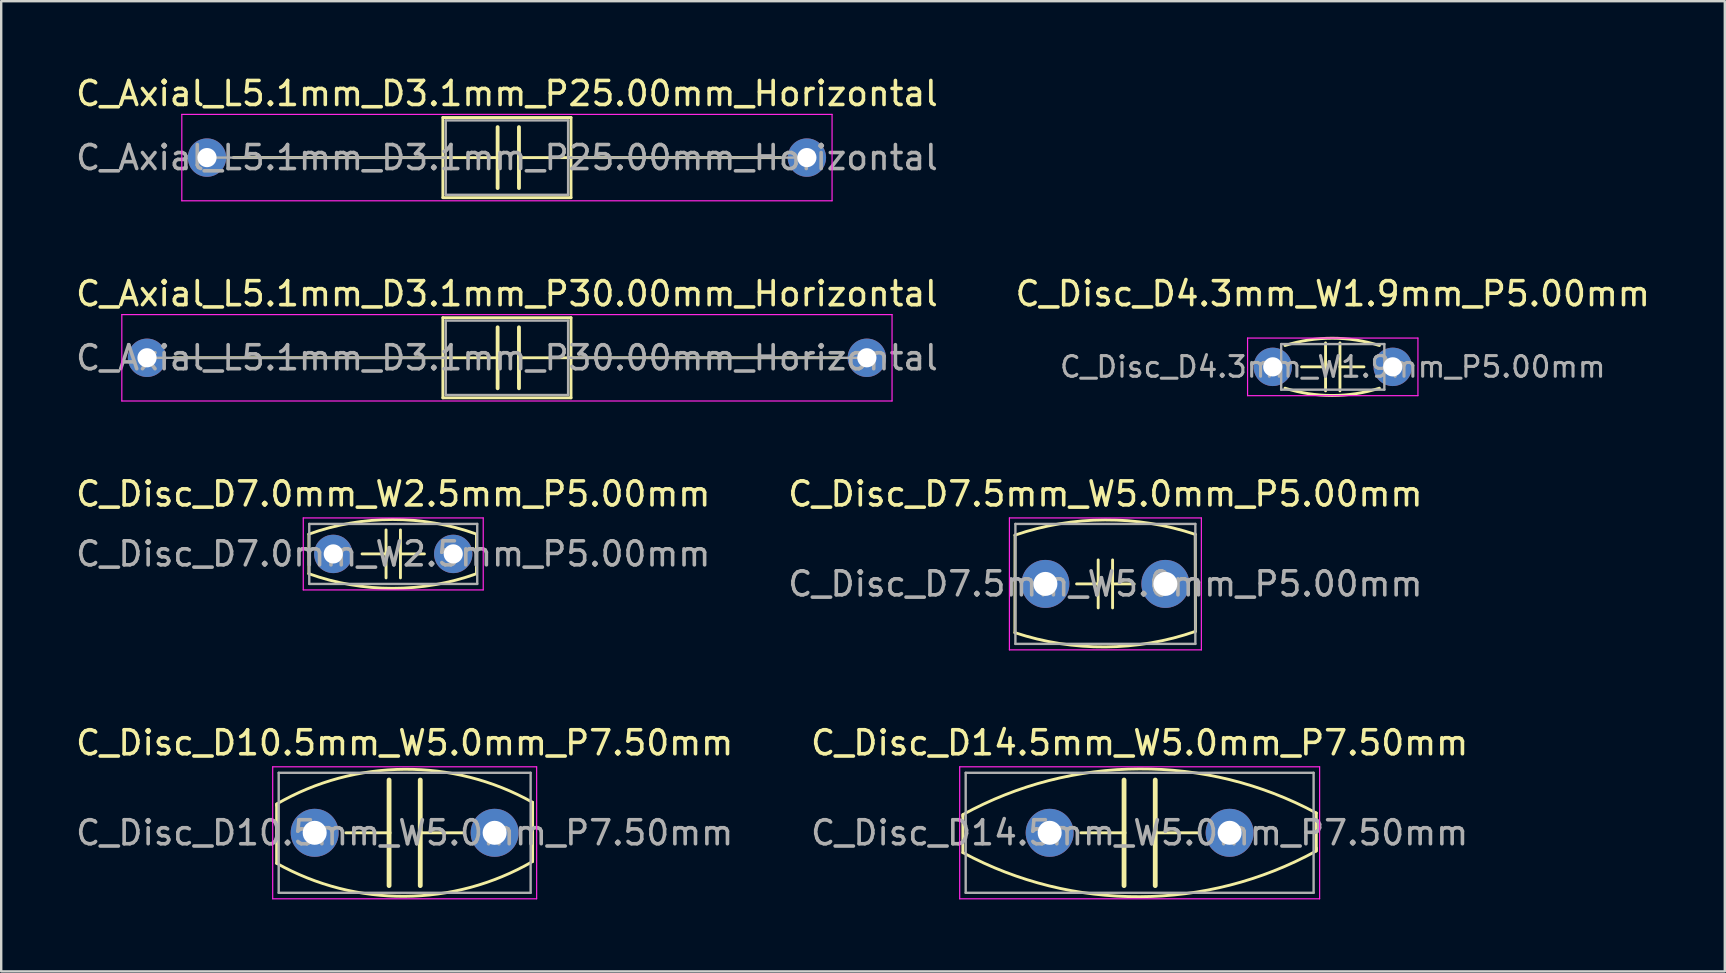
<source format=kicad_pcb>
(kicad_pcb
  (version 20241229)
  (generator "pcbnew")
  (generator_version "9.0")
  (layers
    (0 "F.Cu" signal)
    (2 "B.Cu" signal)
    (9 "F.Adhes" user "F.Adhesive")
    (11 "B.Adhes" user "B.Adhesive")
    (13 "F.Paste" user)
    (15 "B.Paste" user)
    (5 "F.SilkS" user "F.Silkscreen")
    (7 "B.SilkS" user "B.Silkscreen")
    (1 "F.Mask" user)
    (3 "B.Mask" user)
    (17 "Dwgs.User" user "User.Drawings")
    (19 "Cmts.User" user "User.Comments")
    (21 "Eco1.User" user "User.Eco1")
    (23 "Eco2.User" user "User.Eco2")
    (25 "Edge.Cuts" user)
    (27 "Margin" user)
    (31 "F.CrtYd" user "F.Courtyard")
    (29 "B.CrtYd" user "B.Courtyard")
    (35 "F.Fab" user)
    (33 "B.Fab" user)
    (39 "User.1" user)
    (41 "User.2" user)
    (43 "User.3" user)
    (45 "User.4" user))
  (footprint "C_Disc_D14.5mm_W5.0mm_P7.50mm"
    (layer "F.Cu")
    (at 40.696 31.658)
    (property "Reference" "C_Disc_D14.5mm_W5.0mm_P7.50mm" (at 3.75 -3.75 0) (layer "F.SilkS") (effects (font (size 1 1) (thickness 0.15))))
    (fp_line (start -3.619 -0.699) (end -3.617 -0.758) (stroke (width 0.12) (type solid)) (layer "F.SilkS"))
    (fp_line (start -3.619 0.826) (end -3.619 -0.699) (stroke (width 0.12) (type solid)) (layer "F.SilkS"))
    (fp_line (start 1.3 0) (end 3.1 0) (stroke (width 0.12) (type solid)) (layer "F.SilkS"))
    (fp_line (start 3.1 0) (end 3.1 -2.2) (stroke (width 0.2) (type solid)) (layer "F.SilkS"))
    (fp_line (start 3.1 0) (end 3.1 2.2) (stroke (width 0.2) (type solid)) (layer "F.SilkS"))
    (fp_line (start 4.4 0) (end 4.4 -2.2) (stroke (width 0.2) (type solid)) (layer "F.SilkS"))
    (fp_line (start 4.4 0) (end 4.4 2.2) (stroke (width 0.2) (type solid)) (layer "F.SilkS"))
    (fp_line (start 4.4 0) (end 6.2 0) (stroke (width 0.12) (type solid)) (layer "F.SilkS"))
    (fp_line (start 11.113 -0.826) (end 11.113 0.635) (stroke (width 0.12) (type solid)) (layer "F.SilkS"))
    (fp_line (start 11.113 0.635) (end 11.113 0.699) (stroke (width 0.12) (type solid)) (layer "F.SilkS"))
    (fp_line (start 11.113 0.699) (end 11.11 0.758) (stroke (width 0.12) (type solid)) (layer "F.SilkS"))
    (fp_arc (start -3.617172 -0.757762) (mid 3.739057 -2.663177) (end 11.1125 -0.8255) (stroke (width 0.12) (type solid)) (layer "F.SilkS"))
    (fp_arc (start 11.110172 0.757762) (mid 3.753943 2.663177) (end -3.6195 0.8255) (stroke (width 0.12) (type solid)) (layer "F.SilkS"))
    (fp_line (start -3.75 -2.75) (end -3.75 2.75) (stroke (width 0.05) (type solid)) (layer "F.CrtYd"))
    (fp_line (start -3.75 2.75) (end 11.25 2.75) (stroke (width 0.05) (type solid)) (layer "F.CrtYd"))
    (fp_line (start 11.25 -2.75) (end -3.75 -2.75) (stroke (width 0.05) (type solid)) (layer "F.CrtYd"))
    (fp_line (start 11.25 2.75) (end 11.25 -2.75) (stroke (width 0.05) (type solid)) (layer "F.CrtYd"))
    (fp_line (start -3.5 -2.5) (end -3.5 2.5) (stroke (width 0.1) (type solid)) (layer "F.Fab"))
    (fp_line (start -3.5 2.5) (end 11 2.5) (stroke (width 0.1) (type solid)) (layer "F.Fab"))
    (fp_line (start 11 -2.5) (end -3.5 -2.5) (stroke (width 0.1) (type solid)) (layer "F.Fab"))
    (fp_line (start 11 2.5) (end 11 -2.5) (stroke (width 0.1) (type solid)) (layer "F.Fab"))
    (fp_text user "${REFERENCE}" (at 3.75 0 0) (layer "F.Fab") (effects (font (size 1 1) (thickness 0.15))))
    (pad "1" thru_hole circle (at 0 0) (size 2 2) (drill 1) (layers "*.Cu" "*.Mask"))
    (pad "2" thru_hole circle (at 7.5 0) (size 2 2) (drill 1) (layers "*.Cu" "*.Mask")))
  (footprint "C_Disc_D10.5mm_W5.0mm_P7.50mm"
    (layer "F.Cu")
    (at 10.065 31.658)
    (property "Reference" "C_Disc_D10.5mm_W5.0mm_P7.50mm" (at 3.75 -3.75 0) (layer "F.SilkS") (effects (font (size 1 1) (thickness 0.15))))
    (fp_line (start -1.587 -1.143) (end -1.584 -1.2) (stroke (width 0.12) (type solid)) (layer "F.SilkS"))
    (fp_line (start -1.587 1.27) (end -1.587 -1.143) (stroke (width 0.12) (type solid)) (layer "F.SilkS"))
    (fp_line (start 1.3 0) (end 3.1 0) (stroke (width 0.12) (type solid)) (layer "F.SilkS"))
    (fp_line (start 3.1 0) (end 3.1 -2.2) (stroke (width 0.2) (type solid)) (layer "F.SilkS"))
    (fp_line (start 3.1 0) (end 3.1 2.2) (stroke (width 0.2) (type solid)) (layer "F.SilkS"))
    (fp_line (start 4.4 0) (end 4.4 -2.2) (stroke (width 0.2) (type solid)) (layer "F.SilkS"))
    (fp_line (start 4.4 0) (end 4.4 2.2) (stroke (width 0.2) (type solid)) (layer "F.SilkS"))
    (fp_line (start 4.4 0) (end 6.2 0) (stroke (width 0.12) (type solid)) (layer "F.SilkS"))
    (fp_line (start 9.081 -1.27) (end 9.081 1.143) (stroke (width 0.12) (type solid)) (layer "F.SilkS"))
    (fp_line (start 9.081 1.143) (end 9.077 1.2) (stroke (width 0.12) (type solid)) (layer "F.SilkS"))
    (fp_arc (start -1.583661 -1.19986) (mid 3.739134 -2.646764) (end 9.0805 -1.27) (stroke (width 0.12) (type solid)) (layer "F.SilkS"))
    (fp_arc (start 9.076661 1.19986) (mid 3.753866 2.646764) (end -1.5875 1.27) (stroke (width 0.12) (type solid)) (layer "F.SilkS"))
    (fp_line (start -1.75 -2.75) (end -1.75 2.75) (stroke (width 0.05) (type solid)) (layer "F.CrtYd"))
    (fp_line (start -1.75 2.75) (end 9.25 2.75) (stroke (width 0.05) (type solid)) (layer "F.CrtYd"))
    (fp_line (start 9.25 -2.75) (end -1.75 -2.75) (stroke (width 0.05) (type solid)) (layer "F.CrtYd"))
    (fp_line (start 9.25 2.75) (end 9.25 -2.75) (stroke (width 0.05) (type solid)) (layer "F.CrtYd"))
    (fp_line (start -1.5 -2.5) (end -1.5 2.5) (stroke (width 0.1) (type solid)) (layer "F.Fab"))
    (fp_line (start -1.5 2.5) (end 9 2.5) (stroke (width 0.1) (type solid)) (layer "F.Fab"))
    (fp_line (start 9 -2.5) (end -1.5 -2.5) (stroke (width 0.1) (type solid)) (layer "F.Fab"))
    (fp_line (start 9 2.5) (end 9 -2.5) (stroke (width 0.1) (type solid)) (layer "F.Fab"))
    (fp_text user "${REFERENCE}" (at 3.75 0 0) (layer "F.Fab") (effects (font (size 1 1) (thickness 0.15))))
    (pad "1" thru_hole circle (at 0 0) (size 2 2) (drill 1) (layers "*.Cu" "*.Mask"))
    (pad "2" thru_hole circle (at 7.5 0) (size 2 2) (drill 1) (layers "*.Cu" "*.Mask")))
  (footprint "C_Disc_D4.3mm_W1.9mm_P5.00mm"
    (layer "F.Cu")
    (at 49.994 12.239)
    (property "Reference" "C_Disc_D4.3mm_W1.9mm_P5.00mm" (at 2.5 -3.048 0) (layer "F.SilkS") (effects (font (size 1 1) (thickness 0.15))))
    (fp_line (start 1.2 0) (end 2.2 0) (stroke (width 0.12) (type solid)) (layer "F.SilkS"))
    (fp_line (start 2.2 0) (end 2.2 -1) (stroke (width 0.12) (type solid)) (layer "F.SilkS"))
    (fp_line (start 2.2 0) (end 2.2 1) (stroke (width 0.12) (type solid)) (layer "F.SilkS"))
    (fp_line (start 2.8 -1) (end 2.8 1) (stroke (width 0.12) (type solid)) (layer "F.SilkS"))
    (fp_line (start 2.8 0) (end 3.8 0) (stroke (width 0.12) (type solid)) (layer "F.SilkS"))
    (fp_arc (start 0.508 -0.888999) (mid 2.4765 -1.192922) (end 4.444999 -0.888999) (stroke (width 0.12) (type solid)) (layer "F.SilkS"))
    (fp_arc (start 4.444999 0.889) (mid 2.4765 1.192923) (end 0.508 0.889) (stroke (width 0.12) (type solid)) (layer "F.SilkS"))
    (fp_line (start -1.05 -1.2) (end -1.05 1.2) (stroke (width 0.05) (type solid)) (layer "F.CrtYd"))
    (fp_line (start -1.05 1.2) (end 6.05 1.2) (stroke (width 0.05) (type solid)) (layer "F.CrtYd"))
    (fp_line (start 6.05 -1.2) (end -1.05 -1.2) (stroke (width 0.05) (type solid)) (layer "F.CrtYd"))
    (fp_line (start 6.05 1.2) (end 6.05 -1.2) (stroke (width 0.05) (type solid)) (layer "F.CrtYd"))
    (fp_line (start 0.35 -0.95) (end 0.35 0.95) (stroke (width 0.1) (type solid)) (layer "F.Fab"))
    (fp_line (start 0.35 0.95) (end 4.65 0.95) (stroke (width 0.1) (type solid)) (layer "F.Fab"))
    (fp_line (start 4.65 -0.95) (end 0.35 -0.95) (stroke (width 0.1) (type solid)) (layer "F.Fab"))
    (fp_line (start 4.65 0.95) (end 4.65 -0.95) (stroke (width 0.1) (type solid)) (layer "F.Fab"))
    (fp_text user "${REFERENCE}" (at 2.5 0 0) (layer "F.Fab") (effects (font (size 0.86 0.86) (thickness 0.129))))
    (pad "1" thru_hole circle (at 0 0) (size 1.6 1.6) (drill 0.8) (layers "*.Cu" "*.Mask"))
    (pad "2" thru_hole circle (at 5 0) (size 1.6 1.6) (drill 0.8) (layers "*.Cu" "*.Mask")))
  (footprint "C_Disc_D7.5mm_W5.0mm_P5.00mm"
    (layer "F.Cu")
    (at 40.518 21.285)
    (property "Reference" "C_Disc_D7.5mm_W5.0mm_P5.00mm" (at 2.5 -3.75 0) (layer "F.SilkS") (effects (font (size 1 1) (thickness 0.15))))
    (fp_line (start -1.27 2.032) (end -1.265 -2.032) (stroke (width 0.12) (type solid)) (layer "F.SilkS"))
    (fp_line (start 1.3 0) (end 2.2 0) (stroke (width 0.12) (type solid)) (layer "F.SilkS"))
    (fp_line (start 2.2 0) (end 2.2 -1) (stroke (width 0.12) (type solid)) (layer "F.SilkS"))
    (fp_line (start 2.2 0) (end 2.2 1) (stroke (width 0.12) (type solid)) (layer "F.SilkS"))
    (fp_line (start 2.8 -1) (end 2.8 1) (stroke (width 0.12) (type solid)) (layer "F.SilkS"))
    (fp_line (start 2.8 0) (end 3.7 0) (stroke (width 0.12) (type solid)) (layer "F.SilkS"))
    (fp_line (start 6.252 1.979) (end 6.244 -2.065) (stroke (width 0.12) (type solid)) (layer "F.SilkS"))
    (fp_arc (start -1.27 -2.032) (mid 2.484179 -2.667161) (end 6.243765 -2.06483) (stroke (width 0.12) (type solid)) (layer "F.SilkS"))
    (fp_arc (start 6.252064 1.979054) (mid 2.4954 2.626137) (end -1.27 2.032) (stroke (width 0.12) (type solid)) (layer "F.SilkS"))
    (fp_line (start -1.5 -2.75) (end -1.5 2.75) (stroke (width 0.05) (type solid)) (layer "F.CrtYd"))
    (fp_line (start -1.5 2.75) (end 6.5 2.75) (stroke (width 0.05) (type solid)) (layer "F.CrtYd"))
    (fp_line (start 6.5 -2.75) (end -1.5 -2.75) (stroke (width 0.05) (type solid)) (layer "F.CrtYd"))
    (fp_line (start 6.5 2.75) (end 6.5 -2.75) (stroke (width 0.05) (type solid)) (layer "F.CrtYd"))
    (fp_line (start -1.25 -2.5) (end -1.25 2.5) (stroke (width 0.1) (type solid)) (layer "F.Fab"))
    (fp_line (start -1.25 2.5) (end 6.25 2.5) (stroke (width 0.1) (type solid)) (layer "F.Fab"))
    (fp_line (start 6.25 -2.5) (end -1.25 -2.5) (stroke (width 0.1) (type solid)) (layer "F.Fab"))
    (fp_line (start 6.25 2.5) (end 6.25 -2.5) (stroke (width 0.1) (type solid)) (layer "F.Fab"))
    (fp_text user "${REFERENCE}" (at 2.5 0 0) (layer "F.Fab") (effects (font (size 1 1) (thickness 0.15))))
    (pad "1" thru_hole circle (at 0 0) (size 2 2) (drill 1) (layers "*.Cu" "*.Mask"))
    (pad "2" thru_hole circle (at 5 0) (size 2 2) (drill 1) (layers "*.Cu" "*.Mask")))
  (footprint "C_Disc_D7.0mm_W2.5mm_P5.00mm"
    (layer "F.Cu")
    (at 10.839 20.035)
    (property "Reference" "C_Disc_D7.0mm_W2.5mm_P5.00mm" (at 2.5 -2.5 0) (layer "F.SilkS") (effects (font (size 1 1) (thickness 0.15))))
    (fp_line (start -1.016 0.826) (end -1.016 -0.826) (stroke (width 0.12) (type solid)) (layer "F.SilkS"))
    (fp_line (start 1.2 0) (end 2.2 0) (stroke (width 0.12) (type solid)) (layer "F.SilkS"))
    (fp_line (start 2.2 0) (end 2.2 -1) (stroke (width 0.12) (type solid)) (layer "F.SilkS"))
    (fp_line (start 2.2 0) (end 2.2 1) (stroke (width 0.12) (type solid)) (layer "F.SilkS"))
    (fp_line (start 2.8 -1) (end 2.8 1) (stroke (width 0.12) (type solid)) (layer "F.SilkS"))
    (fp_line (start 2.8 0) (end 3.8 0) (stroke (width 0.12) (type solid)) (layer "F.SilkS"))
    (fp_line (start 5.969 -0.826) (end 5.969 0.826) (stroke (width 0.12) (type solid)) (layer "F.SilkS"))
    (fp_arc (start -1.016 -0.8255) (mid 2.4765 -1.434171) (end 5.969 -0.8255) (stroke (width 0.12) (type solid)) (layer "F.SilkS"))
    (fp_arc (start 5.969 0.8255) (mid 2.4765 1.434171) (end -1.016 0.8255) (stroke (width 0.12) (type solid)) (layer "F.SilkS"))
    (fp_line (start -1.25 -1.5) (end -1.25 1.5) (stroke (width 0.05) (type solid)) (layer "F.CrtYd"))
    (fp_line (start -1.25 1.5) (end 6.25 1.5) (stroke (width 0.05) (type solid)) (layer "F.CrtYd"))
    (fp_line (start 6.25 -1.5) (end -1.25 -1.5) (stroke (width 0.05) (type solid)) (layer "F.CrtYd"))
    (fp_line (start 6.25 1.5) (end 6.25 -1.5) (stroke (width 0.05) (type solid)) (layer "F.CrtYd"))
    (fp_line (start -1 -1.25) (end -1 1.25) (stroke (width 0.1) (type solid)) (layer "F.Fab"))
    (fp_line (start -1 1.25) (end 6 1.25) (stroke (width 0.1) (type solid)) (layer "F.Fab"))
    (fp_line (start 6 -1.25) (end -1 -1.25) (stroke (width 0.1) (type solid)) (layer "F.Fab"))
    (fp_line (start 6 1.25) (end 6 -1.25) (stroke (width 0.1) (type solid)) (layer "F.Fab"))
    (fp_text user "${REFERENCE}" (at 2.5 0 0) (layer "F.Fab") (effects (font (size 1 1) (thickness 0.15))))
    (pad "1" thru_hole circle (at 0 0) (size 1.6 1.6) (drill 0.8) (layers "*.Cu" "*.Mask"))
    (pad "2" thru_hole circle (at 5 0) (size 1.6 1.6) (drill 0.8) (layers "*.Cu" "*.Mask")))
  (footprint "C_Axial_L5.1mm_D3.1mm_P30.00mm_Horizontal"
    (layer "F.Cu")
    (at 3.077 11.861)
    (property "Reference" "C_Axial_L5.1mm_D3.1mm_P30.00mm_Horizontal" (at 15 -2.67 0) (layer "F.SilkS") (effects (font (size 1 1) (thickness 0.15))))
    (attr through_hole)
    (fp_line (start 1.1 0) (end 12.33 0) (stroke (width 0.12) (type solid)) (layer "F.SilkS"))
    (fp_line (start 12.33 -1.67) (end 12.33 1.67) (stroke (width 0.12) (type solid)) (layer "F.SilkS"))
    (fp_line (start 12.33 0) (end 14.612 0) (stroke (width 0.12) (type solid)) (layer "F.SilkS"))
    (fp_line (start 12.33 1.67) (end 17.67 1.67) (stroke (width 0.12) (type solid)) (layer "F.SilkS"))
    (fp_line (start 14.612 0) (end 14.612 -1.27) (stroke (width 0.16) (type solid)) (layer "F.SilkS"))
    (fp_line (start 14.612 0) (end 14.612 1.27) (stroke (width 0.16) (type solid)) (layer "F.SilkS"))
    (fp_line (start 15.501 0) (end 15.501 -1.27) (stroke (width 0.16) (type solid)) (layer "F.SilkS"))
    (fp_line (start 15.501 0) (end 15.501 1.27) (stroke (width 0.16) (type solid)) (layer "F.SilkS"))
    (fp_line (start 17.67 -1.67) (end 12.33 -1.67) (stroke (width 0.12) (type solid)) (layer "F.SilkS"))
    (fp_line (start 17.67 0) (end 15.501 0) (stroke (width 0.12) (type solid)) (layer "F.SilkS"))
    (fp_line (start 17.67 1.67) (end 17.67 -1.67) (stroke (width 0.12) (type solid)) (layer "F.SilkS"))
    (fp_line (start 28.9 0) (end 17.67 0) (stroke (width 0.12) (type solid)) (layer "F.SilkS"))
    (fp_line (start -1.05 -1.8) (end -1.05 1.8) (stroke (width 0.05) (type solid)) (layer "F.CrtYd"))
    (fp_line (start -1.05 1.8) (end 31.05 1.8) (stroke (width 0.05) (type solid)) (layer "F.CrtYd"))
    (fp_line (start 31.05 -1.8) (end -1.05 -1.8) (stroke (width 0.05) (type solid)) (layer "F.CrtYd"))
    (fp_line (start 31.05 1.8) (end 31.05 -1.8) (stroke (width 0.05) (type solid)) (layer "F.CrtYd"))
    (fp_line (start 0 0) (end 12.45 0) (stroke (width 0.1) (type solid)) (layer "F.Fab"))
    (fp_line (start 12.45 -1.55) (end 12.45 1.55) (stroke (width 0.1) (type solid)) (layer "F.Fab"))
    (fp_line (start 12.45 1.55) (end 17.55 1.55) (stroke (width 0.1) (type solid)) (layer "F.Fab"))
    (fp_line (start 17.55 -1.55) (end 12.45 -1.55) (stroke (width 0.1) (type solid)) (layer "F.Fab"))
    (fp_line (start 17.55 1.55) (end 17.55 -1.55) (stroke (width 0.1) (type solid)) (layer "F.Fab"))
    (fp_line (start 30 0) (end 17.55 0) (stroke (width 0.1) (type solid)) (layer "F.Fab"))
    (fp_text user "${REFERENCE}" (at 15 0 0) (layer "F.Fab") (effects (font (size 1 1) (thickness 0.15))))
    (pad "1" thru_hole circle (at 0 0) (size 1.6 1.6) (drill 0.8) (layers "*.Cu" "*.Mask"))
    (pad "2" thru_hole oval (at 30 0) (size 1.6 1.6) (drill 0.8) (layers "*.Cu" "*.Mask")))
  (footprint "C_Axial_L5.1mm_D3.1mm_P25.00mm_Horizontal"
    (layer "F.Cu")
    (at 5.577 3.518)
    (property "Reference" "C_Axial_L5.1mm_D3.1mm_P25.00mm_Horizontal" (at 12.5 -2.67 0) (layer "F.SilkS") (effects (font (size 1 1) (thickness 0.15))))
    (attr through_hole)
    (fp_line (start 1.1 0) (end 9.83 0) (stroke (width 0.12) (type solid)) (layer "F.SilkS"))
    (fp_line (start 9.83 -1.67) (end 9.83 1.67) (stroke (width 0.12) (type solid)) (layer "F.SilkS"))
    (fp_line (start 9.83 0) (end 12.112 0) (stroke (width 0.12) (type solid)) (layer "F.SilkS"))
    (fp_line (start 9.83 1.67) (end 15.17 1.67) (stroke (width 0.12) (type solid)) (layer "F.SilkS"))
    (fp_line (start 12.112 0) (end 12.112 -1.27) (stroke (width 0.16) (type solid)) (layer "F.SilkS"))
    (fp_line (start 12.112 0) (end 12.112 1.27) (stroke (width 0.16) (type solid)) (layer "F.SilkS"))
    (fp_line (start 13.001 0) (end 13.001 -1.27) (stroke (width 0.16) (type solid)) (layer "F.SilkS"))
    (fp_line (start 13.001 0) (end 13.001 1.27) (stroke (width 0.16) (type solid)) (layer "F.SilkS"))
    (fp_line (start 15.17 -1.67) (end 9.83 -1.67) (stroke (width 0.12) (type solid)) (layer "F.SilkS"))
    (fp_line (start 15.17 0) (end 13.001 0) (stroke (width 0.12) (type solid)) (layer "F.SilkS"))
    (fp_line (start 15.17 1.67) (end 15.17 -1.67) (stroke (width 0.12) (type solid)) (layer "F.SilkS"))
    (fp_line (start 23.9 0) (end 15.17 0) (stroke (width 0.12) (type solid)) (layer "F.SilkS"))
    (fp_line (start -1.05 -1.8) (end -1.05 1.8) (stroke (width 0.05) (type solid)) (layer "F.CrtYd"))
    (fp_line (start -1.05 1.8) (end 26.05 1.8) (stroke (width 0.05) (type solid)) (layer "F.CrtYd"))
    (fp_line (start 26.05 -1.8) (end -1.05 -1.8) (stroke (width 0.05) (type solid)) (layer "F.CrtYd"))
    (fp_line (start 26.05 1.8) (end 26.05 -1.8) (stroke (width 0.05) (type solid)) (layer "F.CrtYd"))
    (fp_line (start 0 0) (end 9.95 0) (stroke (width 0.1) (type solid)) (layer "F.Fab"))
    (fp_line (start 9.95 -1.55) (end 9.95 1.55) (stroke (width 0.1) (type solid)) (layer "F.Fab"))
    (fp_line (start 9.95 1.55) (end 15.05 1.55) (stroke (width 0.1) (type solid)) (layer "F.Fab"))
    (fp_line (start 15.05 -1.55) (end 9.95 -1.55) (stroke (width 0.1) (type solid)) (layer "F.Fab"))
    (fp_line (start 15.05 1.55) (end 15.05 -1.55) (stroke (width 0.1) (type solid)) (layer "F.Fab"))
    (fp_line (start 25 0) (end 15.05 0) (stroke (width 0.1) (type solid)) (layer "F.Fab"))
    (fp_text user "${REFERENCE}" (at 12.5 0 0) (layer "F.Fab") (effects (font (size 1 1) (thickness 0.15))))
    (pad "1" thru_hole circle (at 0 0) (size 1.6 1.6) (drill 0.8) (layers "*.Cu" "*.Mask"))
    (pad "2" thru_hole oval (at 25 0) (size 1.6 1.6) (drill 0.8) (layers "*.Cu" "*.Mask")))
  (gr_rect
    (start -3 -3)
    (end 68.833 37.433)
    (stroke (width 0.1) (type default))
    (fill no)
    (layer "Edge.Cuts")))
</source>
